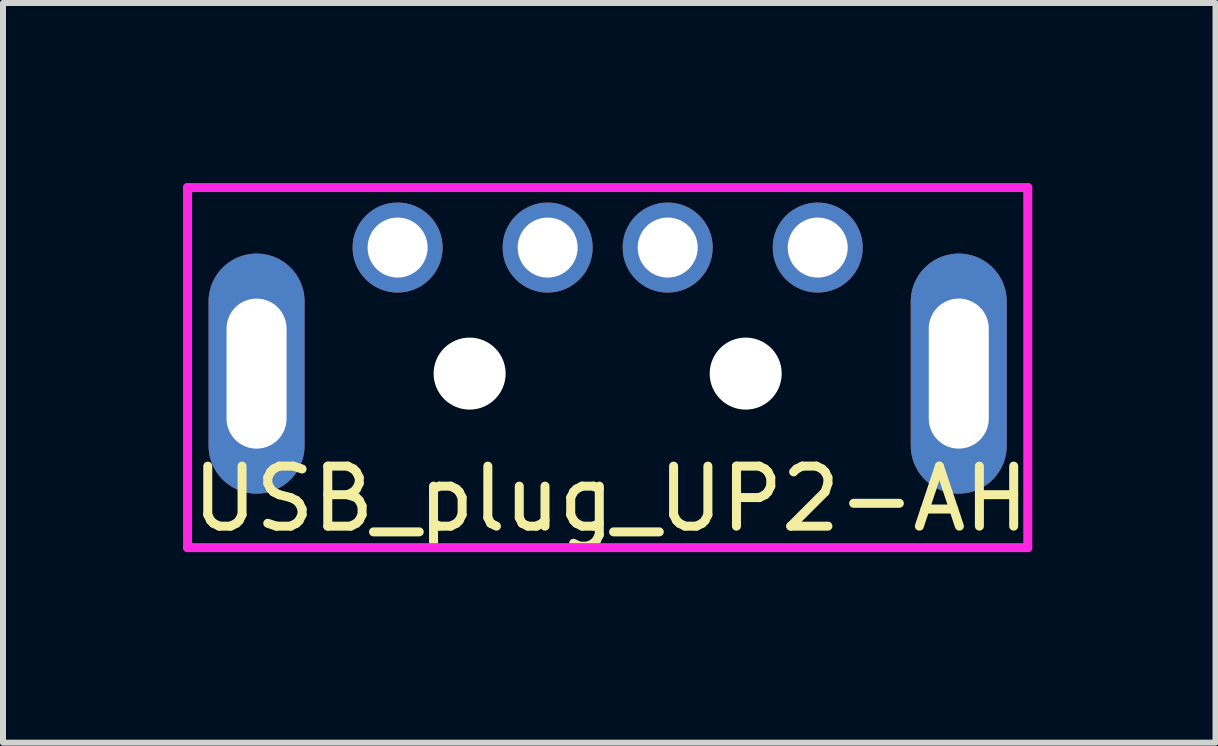
<source format=kicad_pcb>
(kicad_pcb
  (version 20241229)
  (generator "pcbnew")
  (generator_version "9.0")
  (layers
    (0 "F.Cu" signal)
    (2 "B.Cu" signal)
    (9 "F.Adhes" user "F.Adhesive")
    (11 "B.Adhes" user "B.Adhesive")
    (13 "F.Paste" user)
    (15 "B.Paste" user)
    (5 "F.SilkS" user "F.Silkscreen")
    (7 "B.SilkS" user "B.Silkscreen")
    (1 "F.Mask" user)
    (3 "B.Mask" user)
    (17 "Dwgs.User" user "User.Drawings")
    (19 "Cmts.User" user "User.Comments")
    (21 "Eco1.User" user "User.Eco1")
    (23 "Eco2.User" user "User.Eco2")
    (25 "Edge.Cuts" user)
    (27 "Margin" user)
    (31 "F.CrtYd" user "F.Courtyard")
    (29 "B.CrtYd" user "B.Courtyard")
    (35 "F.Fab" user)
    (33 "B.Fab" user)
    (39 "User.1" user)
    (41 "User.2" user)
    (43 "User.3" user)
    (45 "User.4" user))
  (footprint "USB_plug_UP2-AH"
    (layer "F.Cu")
    (at 7.075 6.075)
    (property "Reference" "USB_plug_UP2-AH" (at 0.051 -0.813 0) (layer "F.SilkS") (effects (font (size 1 1) (thickness 0.15))))
    (attr through_hole)
    (fp_line (start -7 -6) (end 7 -6) (stroke (width 0.15) (type solid)) (layer "F.CrtYd"))
    (fp_line (start -7 0) (end -7 -6) (stroke (width 0.15) (type solid)) (layer "F.CrtYd"))
    (fp_line (start -7 0) (end 7 0) (stroke (width 0.15) (type solid)) (layer "F.CrtYd"))
    (fp_line (start 7 0) (end 7 -6) (stroke (width 0.15) (type solid)) (layer "F.CrtYd"))
    (pad "" np_thru_hole circle (at -2.3 -2.9) (size 1.2 1.2) (drill 1.2) (layers "*.Cu" "*.Mask"))
    (pad "" np_thru_hole circle (at 2.3 -2.9) (size 1.2 1.2) (drill 1.2) (layers "*.Cu" "*.Mask"))
    (pad "1" thru_hole circle (at 3.5 -5) (size 1.5 1.5) (drill 1) (layers "*.Cu" "*.Mask"))
    (pad "2" thru_hole circle (at 1 -5) (size 1.5 1.5) (drill 1) (layers "*.Cu" "*.Mask"))
    (pad "3" thru_hole circle (at -1 -5) (size 1.5 1.5) (drill 1) (layers "*.Cu" "*.Mask"))
    (pad "4" thru_hole circle (at -3.5 -5) (size 1.5 1.5) (drill 1) (layers "*.Cu" "*.Mask"))
    (pad "5" thru_hole oval (at -5.85 -2.9) (size 1.6 4) (drill oval 1 2.5) (layers "*.Cu" "*.Mask"))
    (pad "5" thru_hole oval (at 5.85 -2.9) (size 1.6 4) (drill oval 1 2.5) (layers "*.Cu" "*.Mask")))
  (gr_rect
    (start -3 -3)
    (end 17.203 9.325)
    (stroke (width 0.1) (type default))
    (fill no)
    (layer "Edge.Cuts")))
</source>
